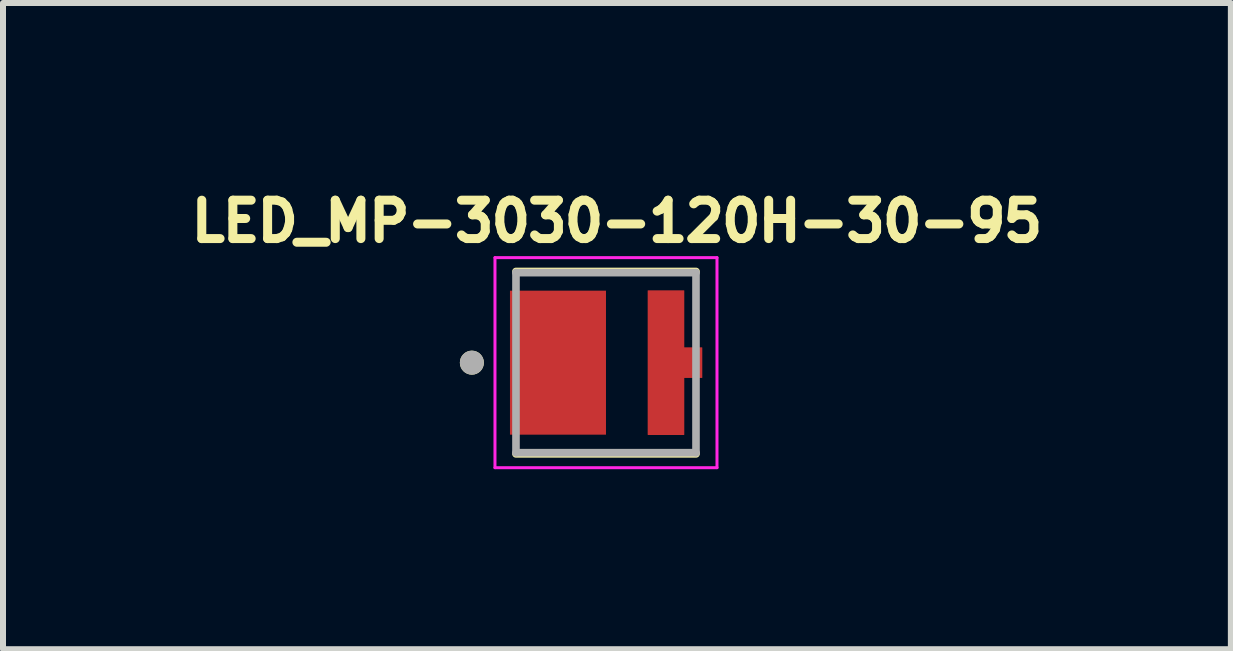
<source format=kicad_pcb>
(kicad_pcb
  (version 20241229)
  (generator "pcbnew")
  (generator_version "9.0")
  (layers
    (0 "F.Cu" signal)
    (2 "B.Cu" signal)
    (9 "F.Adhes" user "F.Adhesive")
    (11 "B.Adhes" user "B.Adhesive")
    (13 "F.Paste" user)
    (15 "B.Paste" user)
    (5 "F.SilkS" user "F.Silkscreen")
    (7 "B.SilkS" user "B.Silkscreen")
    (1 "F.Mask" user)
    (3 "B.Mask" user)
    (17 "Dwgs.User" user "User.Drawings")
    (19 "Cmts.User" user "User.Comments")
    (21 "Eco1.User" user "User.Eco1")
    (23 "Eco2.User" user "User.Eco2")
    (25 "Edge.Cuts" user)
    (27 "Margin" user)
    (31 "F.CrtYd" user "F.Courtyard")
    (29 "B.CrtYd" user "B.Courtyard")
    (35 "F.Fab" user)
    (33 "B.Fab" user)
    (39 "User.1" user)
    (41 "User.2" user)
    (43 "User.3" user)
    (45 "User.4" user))
  (footprint "LED_MP-3030-120H-30-95"
    (layer "F.Cu")
    (at 7.049 2.994)
    (property "Reference" "LED_MP-3030-120H-30-95" (at 0.182 -2.356 0) (layer "F.SilkS") (effects (font (size 0.64 0.64) (thickness 0.15))))
    (attr smd)
    (fp_poly (pts (xy 1.4 -0.35) (xy 1.7 -0.35) (xy 1.7 0.35) (xy 1.4 0.35) (xy 1.4 1.3) (xy 0.6 1.3) (xy 0.6 -1.3) (xy 1.4 -1.3)) (stroke (width 0.01) (type solid)) (fill yes) (layer "F.Mask"))
    (fp_line (start -1.5 -1.52) (end 1.5 -1.52) (stroke (width 0.127) (type solid)) (layer "F.SilkS"))
    (fp_line (start 1.5 1.52) (end -1.5 1.52) (stroke (width 0.127) (type solid)) (layer "F.SilkS"))
    (fp_circle (center -2.235 0) (end -2.135 0) (stroke (width 0.2) (type solid)) (fill no) (layer "F.SilkS"))
    (fp_poly (pts (xy 1.3 -0.25) (xy 1.6 -0.25) (xy 1.6 0.25) (xy 1.3 0.25) (xy 1.3 1.2) (xy 0.7 1.2) (xy 0.7 -1.2) (xy 1.3 -1.2)) (stroke (width 0.01) (type solid)) (fill yes) (layer "F.Paste"))
    (fp_line (start -1.85 -1.75) (end -1.85 1.75) (stroke (width 0.05) (type solid)) (layer "F.CrtYd"))
    (fp_line (start -1.85 1.75) (end 1.85 1.75) (stroke (width 0.05) (type solid)) (layer "F.CrtYd"))
    (fp_line (start 1.85 -1.75) (end -1.85 -1.75) (stroke (width 0.05) (type solid)) (layer "F.CrtYd"))
    (fp_line (start 1.85 1.75) (end 1.85 -1.75) (stroke (width 0.05) (type solid)) (layer "F.CrtYd"))
    (fp_line (start -1.5 -1.5) (end 1.5 -1.5) (stroke (width 0.127) (type solid)) (layer "F.Fab"))
    (fp_line (start -1.5 1.5) (end -1.5 -1.5) (stroke (width 0.127) (type solid)) (layer "F.Fab"))
    (fp_line (start 1.5 -1.5) (end 1.5 1.5) (stroke (width 0.127) (type solid)) (layer "F.Fab"))
    (fp_line (start 1.5 1.5) (end -1.5 1.5) (stroke (width 0.127) (type solid)) (layer "F.Fab"))
    (fp_circle (center -2.235 0) (end -2.135 0) (stroke (width 0.2) (type solid)) (fill no) (layer "F.Fab"))
    (pad "A" smd custom (at 1 0) (size 0.4 0.4) (layers "F.Cu") (options (anchor rect)) (primitives (gr_poly (pts (xy 0.3 -0.25) (xy 0.6 -0.25) (xy 0.6 0.25) (xy 0.3 0.25) (xy 0.3 1.2) (xy -0.3 1.2) (xy -0.3 -1.2) (xy 0.3 -1.2)) (width 0.01) (fill yes))))
    (pad "C" smd rect (at -0.8 0) (size 1.6 2.4) (layers "F.Cu" "F.Mask" "F.Paste")))
  (gr_rect
    (start -3 -3)
    (end 17.463 7.769)
    (stroke (width 0.1) (type default))
    (fill no)
    (layer "Edge.Cuts")))
</source>
